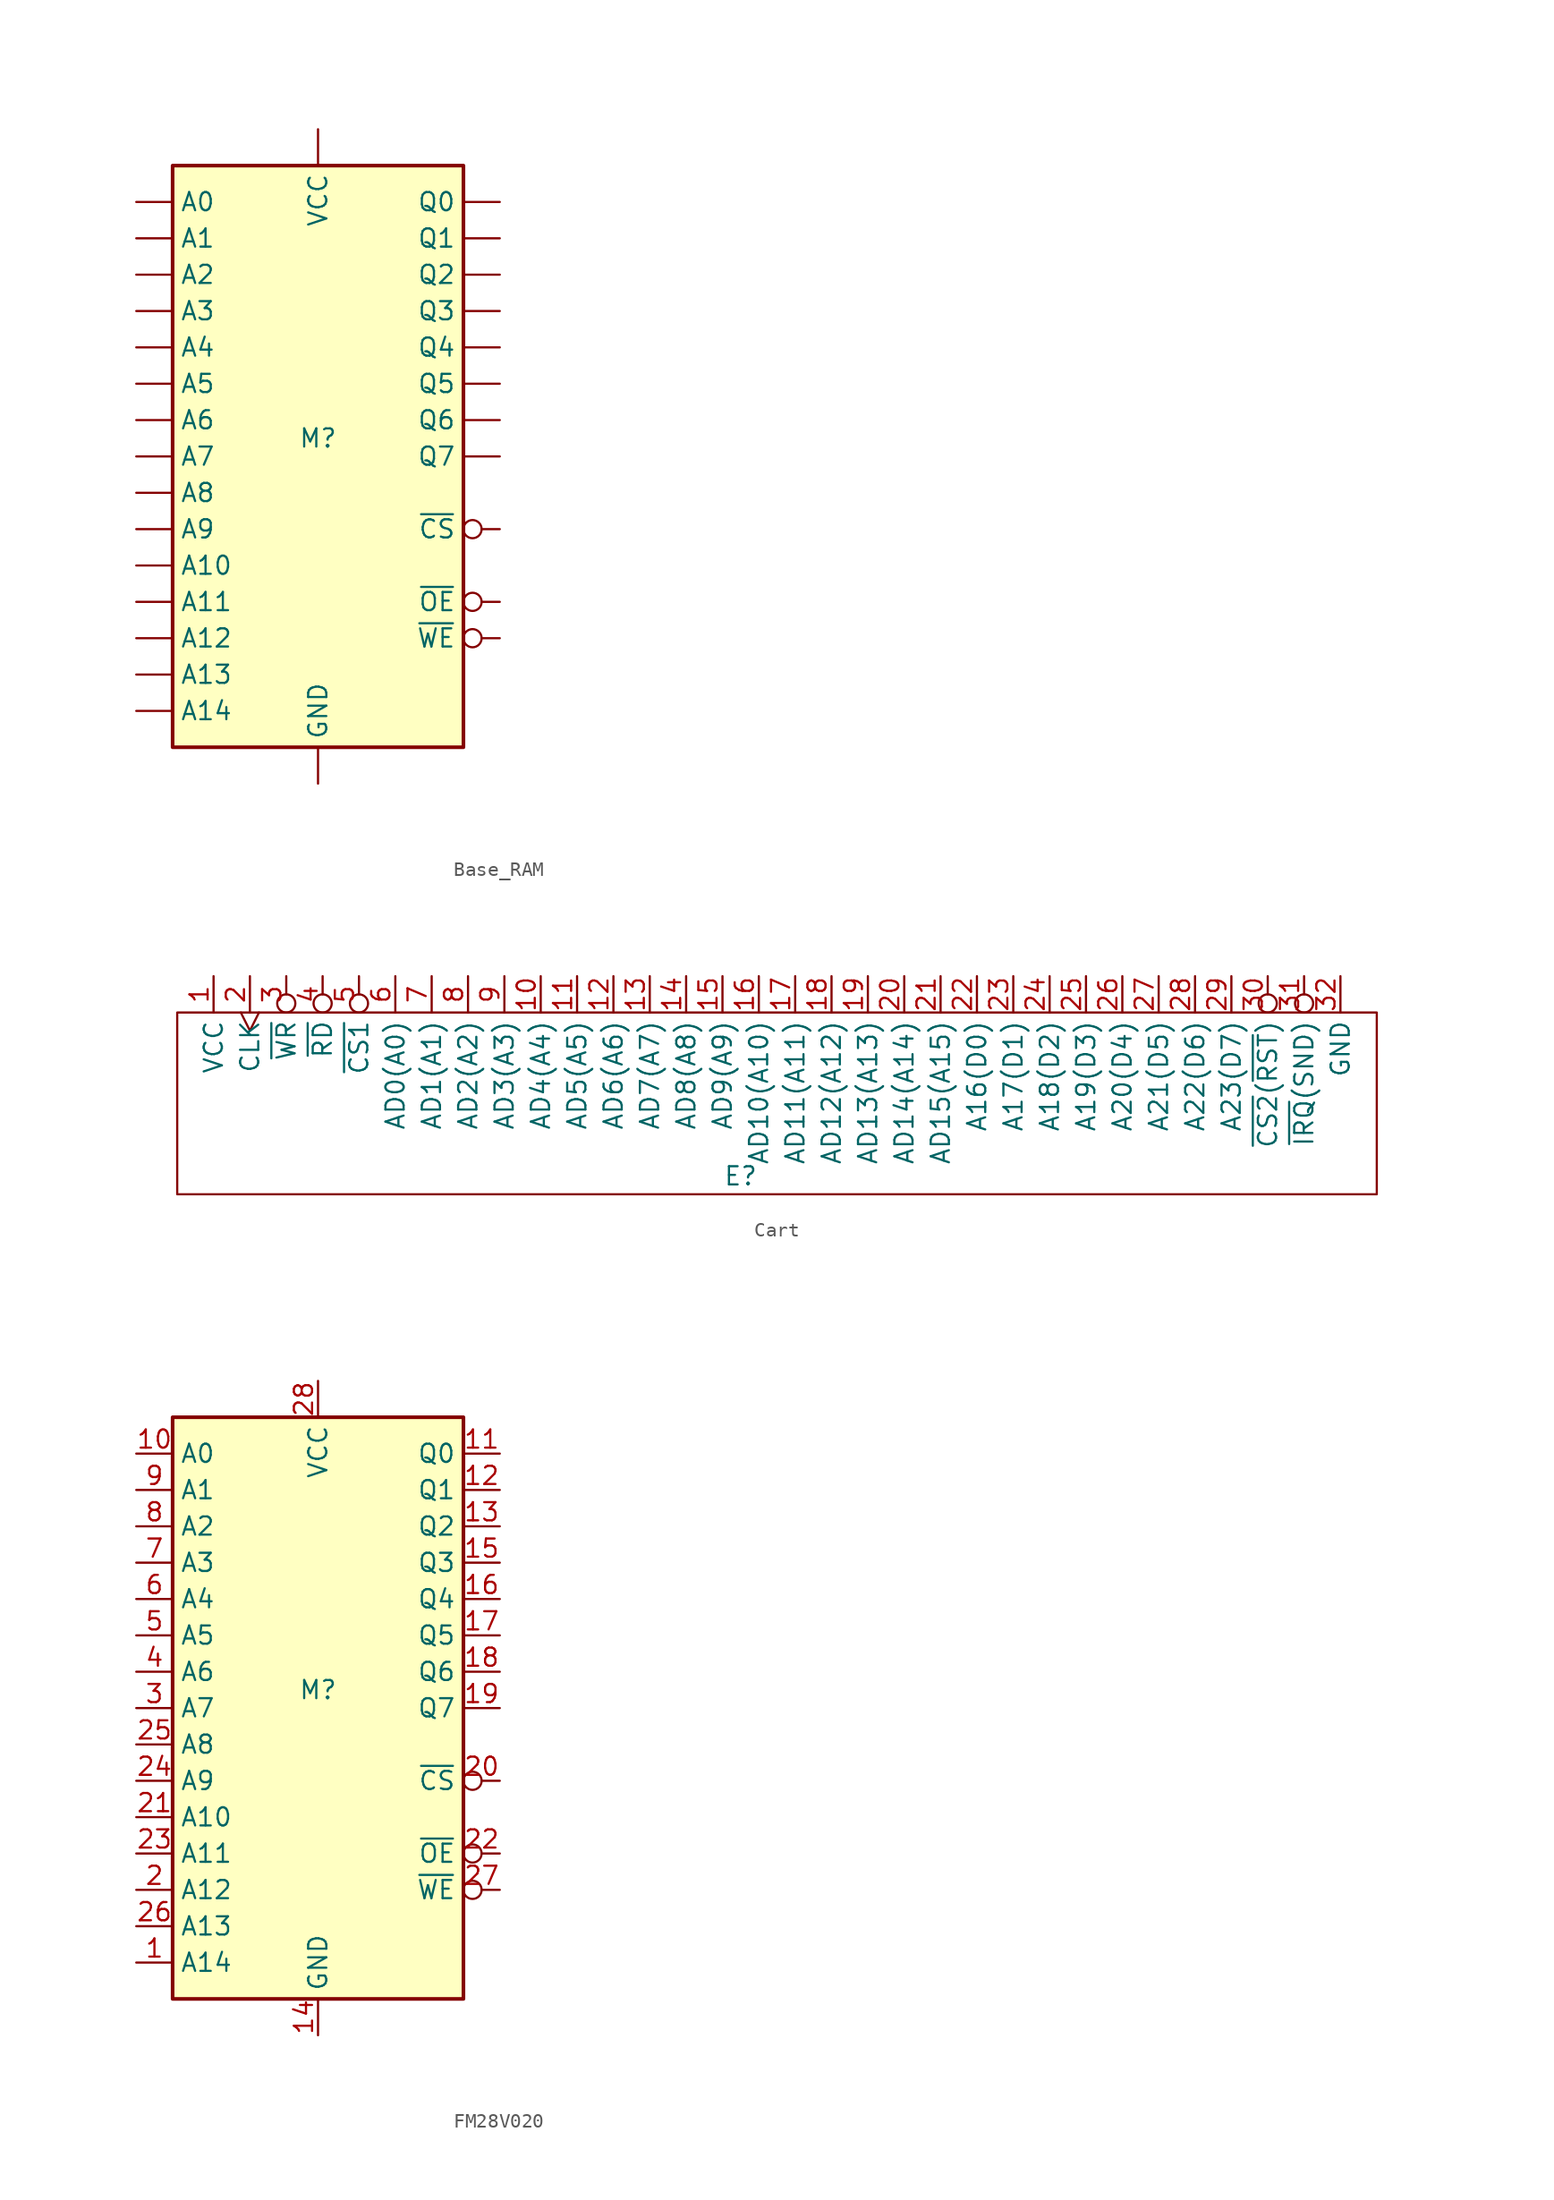
<source format=kicad_sym>
(kicad_symbol_lib
  (version 20220914)
  (generator kicad_symbol_editor)
  (symbol "Base_RAM"
    (property "Reference" "M"
      (at 0 0 0)
      (effects (font (size 1.27 1.27))))
    (property "Value" ""
      (at 38.1 -12.7 0)
      (effects (font (size 1.27 1.27))))
    (symbol "Base_RAM_0_0"
      (pin power_in line (at 0 -24.13 90) (length 2.54) (name "GND" (effects (font (size 1.27 1.27)))) (number "" (effects (font (size 1.27 1.27)))))
      (pin power_in line (at 0 21.59 270) (length 2.54) (name "VCC" (effects (font (size 1.27 1.27)))) (number "" (effects (font (size 1.27 1.27))))))
    (symbol "Base_RAM_0_1"
      (rectangle (start -10.16 19.05) (end 10.16 -21.59) (stroke (width 0.254) (type default)) (fill (type background))))
    (symbol "Base_RAM_1_1"
      (pin input line (at -12.7 16.51 0) (length 2.54) (name "A0" (effects (font (size 1.27 1.27)))) (number "" (effects (font (size 1.27 1.27)))))
      (pin input line (at -12.7 13.97 0) (length 2.54) (name "A1" (effects (font (size 1.27 1.27)))) (number "" (effects (font (size 1.27 1.27)))))
      (pin input line (at -12.7 -8.89 0) (length 2.54) (name "A10" (effects (font (size 1.27 1.27)))) (number "" (effects (font (size 1.27 1.27)))))
      (pin input line (at -12.7 -11.43 0) (length 2.54) (name "A11" (effects (font (size 1.27 1.27)))) (number "" (effects (font (size 1.27 1.27)))))
      (pin input line (at -12.7 -13.97 0) (length 2.54) (name "A12" (effects (font (size 1.27 1.27)))) (number "" (effects (font (size 1.27 1.27)))))
      (pin input line (at -12.7 -16.51 0) (length 2.54) (name "A13" (effects (font (size 1.27 1.27)))) (number "" (effects (font (size 1.27 1.27)))))
      (pin input line (at -12.7 -19.05 0) (length 2.54) (name "A14" (effects (font (size 1.27 1.27)))) (number "" (effects (font (size 1.27 1.27)))))
      (pin input line (at -12.7 11.43 0) (length 2.54) (name "A2" (effects (font (size 1.27 1.27)))) (number "" (effects (font (size 1.27 1.27)))))
      (pin input line (at -12.7 8.89 0) (length 2.54) (name "A3" (effects (font (size 1.27 1.27)))) (number "" (effects (font (size 1.27 1.27)))))
      (pin input line (at -12.7 6.35 0) (length 2.54) (name "A4" (effects (font (size 1.27 1.27)))) (number "" (effects (font (size 1.27 1.27)))))
      (pin input line (at -12.7 3.81 0) (length 2.54) (name "A5" (effects (font (size 1.27 1.27)))) (number "" (effects (font (size 1.27 1.27)))))
      (pin input line (at -12.7 1.27 0) (length 2.54) (name "A6" (effects (font (size 1.27 1.27)))) (number "" (effects (font (size 1.27 1.27)))))
      (pin input line (at -12.7 -1.27 0) (length 2.54) (name "A7" (effects (font (size 1.27 1.27)))) (number "" (effects (font (size 1.27 1.27)))))
      (pin input line (at -12.7 -3.81 0) (length 2.54) (name "A8" (effects (font (size 1.27 1.27)))) (number "" (effects (font (size 1.27 1.27)))))
      (pin input line (at -12.7 -6.35 0) (length 2.54) (name "A9" (effects (font (size 1.27 1.27)))) (number "" (effects (font (size 1.27 1.27)))))
      (pin tri_state line (at 12.7 16.51 180) (length 2.54) (name "Q0" (effects (font (size 1.27 1.27)))) (number "" (effects (font (size 1.27 1.27)))))
      (pin tri_state line (at 12.7 13.97 180) (length 2.54) (name "Q1" (effects (font (size 1.27 1.27)))) (number "" (effects (font (size 1.27 1.27)))))
      (pin tri_state line (at 12.7 11.43 180) (length 2.54) (name "Q2" (effects (font (size 1.27 1.27)))) (number "" (effects (font (size 1.27 1.27)))))
      (pin tri_state line (at 12.7 8.89 180) (length 2.54) (name "Q3" (effects (font (size 1.27 1.27)))) (number "" (effects (font (size 1.27 1.27)))))
      (pin tri_state line (at 12.7 6.35 180) (length 2.54) (name "Q4" (effects (font (size 1.27 1.27)))) (number "" (effects (font (size 1.27 1.27)))))
      (pin tri_state line (at 12.7 3.81 180) (length 2.54) (name "Q5" (effects (font (size 1.27 1.27)))) (number "" (effects (font (size 1.27 1.27)))))
      (pin tri_state line (at 12.7 1.27 180) (length 2.54) (name "Q6" (effects (font (size 1.27 1.27)))) (number "" (effects (font (size 1.27 1.27)))))
      (pin tri_state line (at 12.7 -1.27 180) (length 2.54) (name "Q7" (effects (font (size 1.27 1.27)))) (number "" (effects (font (size 1.27 1.27)))))
      (pin input inverted (at 12.7 -6.35 180) (length 2.54) (name "~{CS}" (effects (font (size 1.27 1.27)))) (number "" (effects (font (size 1.27 1.27)))))
      (pin input inverted (at 12.7 -11.43 180) (length 2.54) (name "~{OE}" (effects (font (size 1.27 1.27)))) (number "" (effects (font (size 1.27 1.27)))))
      (pin input inverted (at 12.7 -13.97 180) (length 2.54) (name "~{WE}" (effects (font (size 1.27 1.27)))) (number "" (effects (font (size 1.27 1.27)))))))
  (symbol "Cart"
    (property "Reference" "E"
      (at 0 -1.27 0)
      (effects (font (size 1.27 1.27))))
    (property "Value" ""
      (at 0 0 0)
      (effects (font (size 1.27 1.27))))
    (symbol "Cart_0_1"
      (rectangle (start -39.37 10.16) (end 44.45 -2.54) (stroke (width 0) (type solid)) (fill (type none))))
    (symbol "Cart_1_1"
      (pin power_out line (at -36.83 12.7 270) (length 2.54) (name "VCC" (effects (font (size 1.27 1.27)))) (number "1" (effects (font (size 1.27 1.27)))))
      (pin bidirectional line (at -13.97 12.7 270) (length 2.54) (name "AD4(A4)" (effects (font (size 1.27 1.27)))) (number "10" (effects (font (size 1.27 1.27)))))
      (pin bidirectional line (at -11.43 12.7 270) (length 2.54) (name "AD5(A5)" (effects (font (size 1.27 1.27)))) (number "11" (effects (font (size 1.27 1.27)))))
      (pin bidirectional line (at -8.89 12.7 270) (length 2.54) (name "AD6(A6)" (effects (font (size 1.27 1.27)))) (number "12" (effects (font (size 1.27 1.27)))))
      (pin bidirectional line (at -6.35 12.7 270) (length 2.54) (name "AD7(A7)" (effects (font (size 1.27 1.27)))) (number "13" (effects (font (size 1.27 1.27)))))
      (pin bidirectional line (at -3.81 12.7 270) (length 2.54) (name "AD8(A8)" (effects (font (size 1.27 1.27)))) (number "14" (effects (font (size 1.27 1.27)))))
      (pin bidirectional line (at -1.27 12.7 270) (length 2.54) (name "AD9(A9)" (effects (font (size 1.27 1.27)))) (number "15" (effects (font (size 1.27 1.27)))))
      (pin bidirectional line (at 1.27 12.7 270) (length 2.54) (name "AD10(A10)" (effects (font (size 1.27 1.27)))) (number "16" (effects (font (size 1.27 1.27)))))
      (pin bidirectional line (at 3.81 12.7 270) (length 2.54) (name "AD11(A11)" (effects (font (size 1.27 1.27)))) (number "17" (effects (font (size 1.27 1.27)))))
      (pin bidirectional line (at 6.35 12.7 270) (length 2.54) (name "AD12(A12)" (effects (font (size 1.27 1.27)))) (number "18" (effects (font (size 1.27 1.27)))))
      (pin bidirectional line (at 8.89 12.7 270) (length 2.54) (name "AD13(A13)" (effects (font (size 1.27 1.27)))) (number "19" (effects (font (size 1.27 1.27)))))
      (pin output clock (at -34.29 12.7 270) (length 2.54) (name "CLK~{}" (effects (font (size 1.27 1.27)))) (number "2" (effects (font (size 1.27 1.27)))))
      (pin bidirectional line (at 11.43 12.7 270) (length 2.54) (name "AD14(A14)" (effects (font (size 1.27 1.27)))) (number "20" (effects (font (size 1.27 1.27)))))
      (pin bidirectional line (at 13.97 12.7 270) (length 2.54) (name "AD15(A15)" (effects (font (size 1.27 1.27)))) (number "21" (effects (font (size 1.27 1.27)))))
      (pin bidirectional line (at 16.51 12.7 270) (length 2.54) (name "A16(D0)" (effects (font (size 1.27 1.27)))) (number "22" (effects (font (size 1.27 1.27)))))
      (pin bidirectional line (at 19.05 12.7 270) (length 2.54) (name "A17(D1)" (effects (font (size 1.27 1.27)))) (number "23" (effects (font (size 1.27 1.27)))))
      (pin bidirectional line (at 21.59 12.7 270) (length 2.54) (name "A18(D2)" (effects (font (size 1.27 1.27)))) (number "24" (effects (font (size 1.27 1.27)))))
      (pin bidirectional line (at 24.13 12.7 270) (length 2.54) (name "A19(D3)" (effects (font (size 1.27 1.27)))) (number "25" (effects (font (size 1.27 1.27)))))
      (pin bidirectional line (at 26.67 12.7 270) (length 2.54) (name "A20(D4)" (effects (font (size 1.27 1.27)))) (number "26" (effects (font (size 1.27 1.27)))))
      (pin bidirectional line (at 29.21 12.7 270) (length 2.54) (name "A21(D5)" (effects (font (size 1.27 1.27)))) (number "27" (effects (font (size 1.27 1.27)))))
      (pin bidirectional line (at 31.75 12.7 270) (length 2.54) (name "A22(D6)" (effects (font (size 1.27 1.27)))) (number "28" (effects (font (size 1.27 1.27)))))
      (pin bidirectional line (at 34.29 12.7 270) (length 2.54) (name "A23(D7)" (effects (font (size 1.27 1.27)))) (number "29" (effects (font (size 1.27 1.27)))))
      (pin output inverted (at -31.75 12.7 270) (length 2.54) (name "~{WR}" (effects (font (size 1.27 1.27)))) (number "3" (effects (font (size 1.27 1.27)))))
      (pin output inverted (at 36.83 12.7 270) (length 2.54) (name "~{CS2}(~{RST})" (effects (font (size 1.27 1.27)))) (number "30" (effects (font (size 1.27 1.27)))))
      (pin output inverted (at 39.37 12.7 270) (length 2.54) (name "~{IRQ}(SND)" (effects (font (size 1.27 1.27)))) (number "31" (effects (font (size 1.27 1.27)))))
      (pin power_out line (at 41.91 12.7 270) (length 2.54) (name "GND" (effects (font (size 1.27 1.27)))) (number "32" (effects (font (size 1.27 1.27)))))
      (pin output inverted (at -29.21 12.7 270) (length 2.54) (name "~{RD}" (effects (font (size 1.27 1.27)))) (number "4" (effects (font (size 1.27 1.27)))))
      (pin output inverted (at -26.67 12.7 270) (length 2.54) (name "~{CS1}" (effects (font (size 1.27 1.27)))) (number "5" (effects (font (size 1.27 1.27)))))
      (pin bidirectional line (at -24.13 12.7 270) (length 2.54) (name "AD0(A0)" (effects (font (size 1.27 1.27)))) (number "6" (effects (font (size 1.27 1.27)))))
      (pin bidirectional line (at -21.59 12.7 270) (length 2.54) (name "AD1(A1)" (effects (font (size 1.27 1.27)))) (number "7" (effects (font (size 1.27 1.27)))))
      (pin bidirectional line (at -19.05 12.7 270) (length 2.54) (name "AD2(A2)" (effects (font (size 1.27 1.27)))) (number "8" (effects (font (size 1.27 1.27)))))
      (pin bidirectional line (at -16.51 12.7 270) (length 2.54) (name "AD3(A3)" (effects (font (size 1.27 1.27)))) (number "9" (effects (font (size 1.27 1.27)))))))
  (symbol "FM28V020"
    (property "Reference" "M"
      (at 0 0 0)
      (effects (font (size 1.27 1.27))))
    (property "Value" ""
      (at 38.1 -12.7 0)
      (effects (font (size 1.27 1.27))))
    (symbol "FM28V020_0_0"
      (pin power_in line (at 0 -24.13 90) (length 2.54) (name "GND" (effects (font (size 1.27 1.27)))) (number "14" (effects (font (size 1.27 1.27)))))
      (pin power_in line (at 0 21.59 270) (length 2.54) (name "VCC" (effects (font (size 1.27 1.27)))) (number "28" (effects (font (size 1.27 1.27))))))
    (symbol "FM28V020_0_1"
      (rectangle (start -10.16 19.05) (end 10.16 -21.59) (stroke (width 0.254) (type default)) (fill (type background))))
    (symbol "FM28V020_1_1"
      (pin input line (at -12.7 -19.05 0) (length 2.54) (name "A14" (effects (font (size 1.27 1.27)))) (number "1" (effects (font (size 1.27 1.27)))))
      (pin input line (at -12.7 16.51 0) (length 2.54) (name "A0" (effects (font (size 1.27 1.27)))) (number "10" (effects (font (size 1.27 1.27)))))
      (pin tri_state line (at 12.7 16.51 180) (length 2.54) (name "Q0" (effects (font (size 1.27 1.27)))) (number "11" (effects (font (size 1.27 1.27)))))
      (pin tri_state line (at 12.7 13.97 180) (length 2.54) (name "Q1" (effects (font (size 1.27 1.27)))) (number "12" (effects (font (size 1.27 1.27)))))
      (pin tri_state line (at 12.7 11.43 180) (length 2.54) (name "Q2" (effects (font (size 1.27 1.27)))) (number "13" (effects (font (size 1.27 1.27)))))
      (pin tri_state line (at 12.7 8.89 180) (length 2.54) (name "Q3" (effects (font (size 1.27 1.27)))) (number "15" (effects (font (size 1.27 1.27)))))
      (pin tri_state line (at 12.7 6.35 180) (length 2.54) (name "Q4" (effects (font (size 1.27 1.27)))) (number "16" (effects (font (size 1.27 1.27)))))
      (pin tri_state line (at 12.7 3.81 180) (length 2.54) (name "Q5" (effects (font (size 1.27 1.27)))) (number "17" (effects (font (size 1.27 1.27)))))
      (pin tri_state line (at 12.7 1.27 180) (length 2.54) (name "Q6" (effects (font (size 1.27 1.27)))) (number "18" (effects (font (size 1.27 1.27)))))
      (pin tri_state line (at 12.7 -1.27 180) (length 2.54) (name "Q7" (effects (font (size 1.27 1.27)))) (number "19" (effects (font (size 1.27 1.27)))))
      (pin input line (at -12.7 -13.97 0) (length 2.54) (name "A12" (effects (font (size 1.27 1.27)))) (number "2" (effects (font (size 1.27 1.27)))))
      (pin input inverted (at 12.7 -6.35 180) (length 2.54) (name "~{CS}" (effects (font (size 1.27 1.27)))) (number "20" (effects (font (size 1.27 1.27)))))
      (pin input line (at -12.7 -8.89 0) (length 2.54) (name "A10" (effects (font (size 1.27 1.27)))) (number "21" (effects (font (size 1.27 1.27)))))
      (pin input inverted (at 12.7 -11.43 180) (length 2.54) (name "~{OE}" (effects (font (size 1.27 1.27)))) (number "22" (effects (font (size 1.27 1.27)))))
      (pin input line (at -12.7 -11.43 0) (length 2.54) (name "A11" (effects (font (size 1.27 1.27)))) (number "23" (effects (font (size 1.27 1.27)))))
      (pin input line (at -12.7 -6.35 0) (length 2.54) (name "A9" (effects (font (size 1.27 1.27)))) (number "24" (effects (font (size 1.27 1.27)))))
      (pin input line (at -12.7 -3.81 0) (length 2.54) (name "A8" (effects (font (size 1.27 1.27)))) (number "25" (effects (font (size 1.27 1.27)))))
      (pin input line (at -12.7 -16.51 0) (length 2.54) (name "A13" (effects (font (size 1.27 1.27)))) (number "26" (effects (font (size 1.27 1.27)))))
      (pin input inverted (at 12.7 -13.97 180) (length 2.54) (name "~{WE}" (effects (font (size 1.27 1.27)))) (number "27" (effects (font (size 1.27 1.27)))))
      (pin input line (at -12.7 -1.27 0) (length 2.54) (name "A7" (effects (font (size 1.27 1.27)))) (number "3" (effects (font (size 1.27 1.27)))))
      (pin input line (at -12.7 1.27 0) (length 2.54) (name "A6" (effects (font (size 1.27 1.27)))) (number "4" (effects (font (size 1.27 1.27)))))
      (pin input line (at -12.7 3.81 0) (length 2.54) (name "A5" (effects (font (size 1.27 1.27)))) (number "5" (effects (font (size 1.27 1.27)))))
      (pin input line (at -12.7 6.35 0) (length 2.54) (name "A4" (effects (font (size 1.27 1.27)))) (number "6" (effects (font (size 1.27 1.27)))))
      (pin input line (at -12.7 8.89 0) (length 2.54) (name "A3" (effects (font (size 1.27 1.27)))) (number "7" (effects (font (size 1.27 1.27)))))
      (pin input line (at -12.7 11.43 0) (length 2.54) (name "A2" (effects (font (size 1.27 1.27)))) (number "8" (effects (font (size 1.27 1.27)))))
      (pin input line (at -12.7 13.97 0) (length 2.54) (name "A1" (effects (font (size 1.27 1.27)))) (number "9" (effects (font (size 1.27 1.27))))))))
</source>
